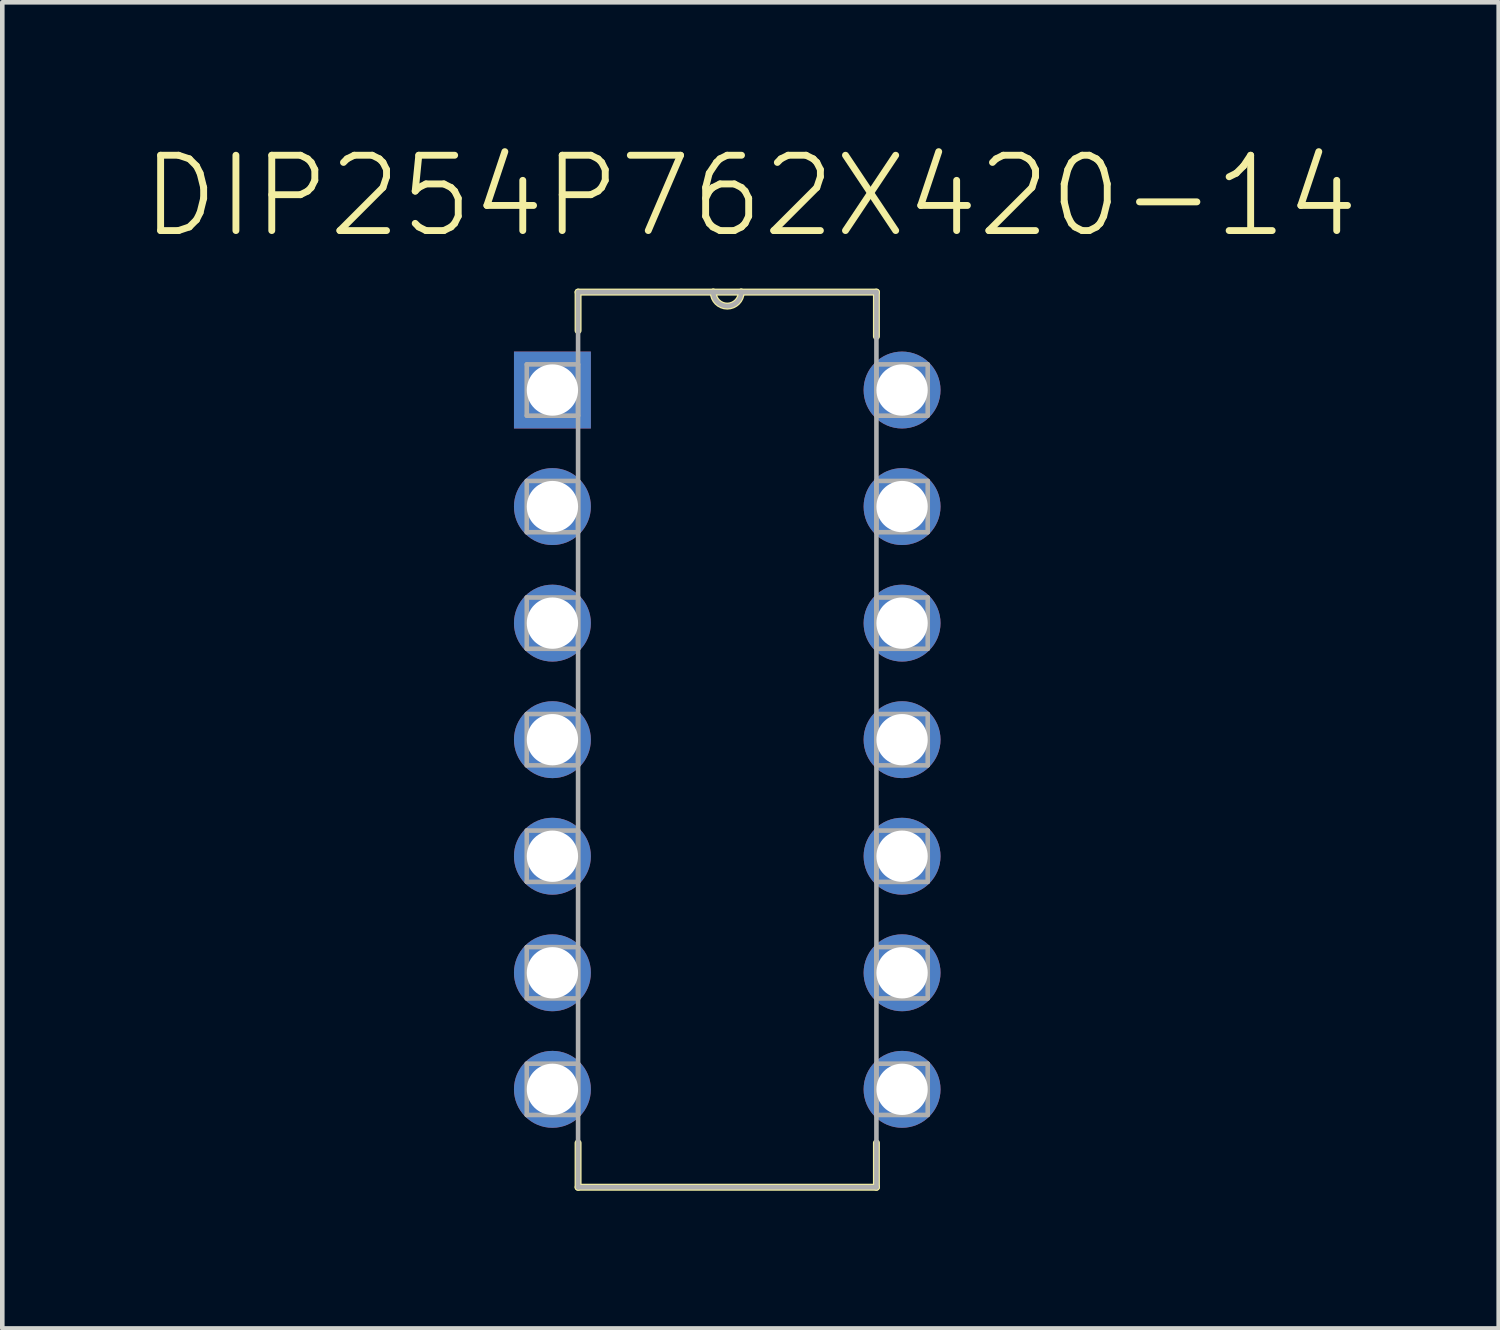
<source format=kicad_pcb>
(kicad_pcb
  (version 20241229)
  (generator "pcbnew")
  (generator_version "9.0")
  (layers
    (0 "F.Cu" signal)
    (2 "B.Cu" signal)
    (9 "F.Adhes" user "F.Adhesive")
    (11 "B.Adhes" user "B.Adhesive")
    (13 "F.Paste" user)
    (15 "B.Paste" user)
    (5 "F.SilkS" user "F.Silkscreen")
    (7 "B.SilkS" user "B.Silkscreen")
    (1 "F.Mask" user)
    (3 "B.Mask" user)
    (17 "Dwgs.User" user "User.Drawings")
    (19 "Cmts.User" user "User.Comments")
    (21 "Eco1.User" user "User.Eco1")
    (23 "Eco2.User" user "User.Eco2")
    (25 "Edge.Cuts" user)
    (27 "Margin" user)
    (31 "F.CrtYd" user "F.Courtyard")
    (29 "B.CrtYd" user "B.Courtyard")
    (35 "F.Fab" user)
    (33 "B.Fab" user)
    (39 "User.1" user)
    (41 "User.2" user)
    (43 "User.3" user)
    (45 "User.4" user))
  (footprint "DIP254P762X420-14"
    (layer "F.Cu")
    (at 16.609 20.69)
    (property "Reference" "DIP254P762X420-14" (at -3.304 -19.467 0) (layer "F.SilkS") (effects (font (size 1.641 1.641) (thickness 0.15))))
    (attr through_hole)
    (fp_line (start -7.061 -17.374) (end -7.061 -16.535) (stroke (width 0.152) (type solid)) (layer "F.SilkS"))
    (fp_line (start -7.061 1.168) (end -7.061 2.134) (stroke (width 0.152) (type solid)) (layer "F.SilkS"))
    (fp_line (start -7.061 2.134) (end -0.559 2.134) (stroke (width 0.152) (type solid)) (layer "F.SilkS"))
    (fp_line (start -4.115 -17.374) (end -7.061 -17.374) (stroke (width 0.152) (type solid)) (layer "F.SilkS"))
    (fp_line (start -3.505 -17.374) (end -4.115 -17.374) (stroke (width 0.152) (type solid)) (layer "F.SilkS"))
    (fp_line (start -0.559 -17.374) (end -3.505 -17.374) (stroke (width 0.152) (type solid)) (layer "F.SilkS"))
    (fp_line (start -0.559 -16.408) (end -0.559 -17.374) (stroke (width 0.152) (type solid)) (layer "F.SilkS"))
    (fp_line (start -0.559 2.134) (end -0.559 1.168) (stroke (width 0.152) (type solid)) (layer "F.SilkS"))
    (fp_arc (start -3.5052 -17.3736) (mid -3.81 -17.0688) (end -4.1148 -17.3736) (stroke (width 0.1524) (type solid)) (layer "F.SilkS"))
    (fp_line (start -8.179 -15.799) (end -8.179 -14.681) (stroke (width 0.1) (type solid)) (layer "F.Fab"))
    (fp_line (start -8.179 -14.681) (end -7.061 -14.681) (stroke (width 0.1) (type solid)) (layer "F.Fab"))
    (fp_line (start -8.179 -13.259) (end -8.179 -12.141) (stroke (width 0.1) (type solid)) (layer "F.Fab"))
    (fp_line (start -8.179 -12.141) (end -7.061 -12.141) (stroke (width 0.1) (type solid)) (layer "F.Fab"))
    (fp_line (start -8.179 -10.719) (end -8.179 -9.601) (stroke (width 0.1) (type solid)) (layer "F.Fab"))
    (fp_line (start -8.179 -9.601) (end -7.061 -9.601) (stroke (width 0.1) (type solid)) (layer "F.Fab"))
    (fp_line (start -8.179 -8.179) (end -8.179 -7.061) (stroke (width 0.1) (type solid)) (layer "F.Fab"))
    (fp_line (start -8.179 -7.061) (end -7.061 -7.061) (stroke (width 0.1) (type solid)) (layer "F.Fab"))
    (fp_line (start -8.179 -5.639) (end -8.179 -4.521) (stroke (width 0.1) (type solid)) (layer "F.Fab"))
    (fp_line (start -8.179 -4.521) (end -7.061 -4.521) (stroke (width 0.1) (type solid)) (layer "F.Fab"))
    (fp_line (start -8.179 -3.099) (end -8.179 -1.981) (stroke (width 0.1) (type solid)) (layer "F.Fab"))
    (fp_line (start -8.179 -1.981) (end -7.061 -1.981) (stroke (width 0.1) (type solid)) (layer "F.Fab"))
    (fp_line (start -8.179 -0.559) (end -8.179 0.559) (stroke (width 0.1) (type solid)) (layer "F.Fab"))
    (fp_line (start -8.179 0.559) (end -7.061 0.559) (stroke (width 0.1) (type solid)) (layer "F.Fab"))
    (fp_line (start -7.061 -17.374) (end -7.061 2.134) (stroke (width 0.1) (type solid)) (layer "F.Fab"))
    (fp_line (start -7.061 -15.799) (end -8.179 -15.799) (stroke (width 0.1) (type solid)) (layer "F.Fab"))
    (fp_line (start -7.061 -14.681) (end -7.061 -15.799) (stroke (width 0.1) (type solid)) (layer "F.Fab"))
    (fp_line (start -7.061 -13.259) (end -8.179 -13.259) (stroke (width 0.1) (type solid)) (layer "F.Fab"))
    (fp_line (start -7.061 -12.141) (end -7.061 -13.259) (stroke (width 0.1) (type solid)) (layer "F.Fab"))
    (fp_line (start -7.061 -10.719) (end -8.179 -10.719) (stroke (width 0.1) (type solid)) (layer "F.Fab"))
    (fp_line (start -7.061 -9.601) (end -7.061 -10.719) (stroke (width 0.1) (type solid)) (layer "F.Fab"))
    (fp_line (start -7.061 -8.179) (end -8.179 -8.179) (stroke (width 0.1) (type solid)) (layer "F.Fab"))
    (fp_line (start -7.061 -7.061) (end -7.061 -8.179) (stroke (width 0.1) (type solid)) (layer "F.Fab"))
    (fp_line (start -7.061 -5.639) (end -8.179 -5.639) (stroke (width 0.1) (type solid)) (layer "F.Fab"))
    (fp_line (start -7.061 -4.521) (end -7.061 -5.639) (stroke (width 0.1) (type solid)) (layer "F.Fab"))
    (fp_line (start -7.061 -3.099) (end -8.179 -3.099) (stroke (width 0.1) (type solid)) (layer "F.Fab"))
    (fp_line (start -7.061 -1.981) (end -7.061 -3.099) (stroke (width 0.1) (type solid)) (layer "F.Fab"))
    (fp_line (start -7.061 -0.559) (end -8.179 -0.559) (stroke (width 0.1) (type solid)) (layer "F.Fab"))
    (fp_line (start -7.061 0.559) (end -7.061 -0.559) (stroke (width 0.1) (type solid)) (layer "F.Fab"))
    (fp_line (start -7.061 2.134) (end -0.559 2.134) (stroke (width 0.1) (type solid)) (layer "F.Fab"))
    (fp_line (start -4.115 -17.374) (end -7.061 -17.374) (stroke (width 0.1) (type solid)) (layer "F.Fab"))
    (fp_line (start -3.505 -17.374) (end -4.115 -17.374) (stroke (width 0.1) (type solid)) (layer "F.Fab"))
    (fp_line (start -0.559 -17.374) (end -3.505 -17.374) (stroke (width 0.1) (type solid)) (layer "F.Fab"))
    (fp_line (start -0.559 -15.799) (end -0.559 -14.681) (stroke (width 0.1) (type solid)) (layer "F.Fab"))
    (fp_line (start -0.559 -14.681) (end 0.559 -14.681) (stroke (width 0.1) (type solid)) (layer "F.Fab"))
    (fp_line (start -0.559 -13.259) (end -0.559 -12.141) (stroke (width 0.1) (type solid)) (layer "F.Fab"))
    (fp_line (start -0.559 -12.141) (end 0.559 -12.141) (stroke (width 0.1) (type solid)) (layer "F.Fab"))
    (fp_line (start -0.559 -10.719) (end -0.559 -9.601) (stroke (width 0.1) (type solid)) (layer "F.Fab"))
    (fp_line (start -0.559 -9.601) (end 0.559 -9.601) (stroke (width 0.1) (type solid)) (layer "F.Fab"))
    (fp_line (start -0.559 -8.179) (end -0.559 -7.061) (stroke (width 0.1) (type solid)) (layer "F.Fab"))
    (fp_line (start -0.559 -7.061) (end 0.559 -7.061) (stroke (width 0.1) (type solid)) (layer "F.Fab"))
    (fp_line (start -0.559 -5.639) (end -0.559 -4.521) (stroke (width 0.1) (type solid)) (layer "F.Fab"))
    (fp_line (start -0.559 -4.521) (end 0.559 -4.521) (stroke (width 0.1) (type solid)) (layer "F.Fab"))
    (fp_line (start -0.559 -3.099) (end -0.559 -1.981) (stroke (width 0.1) (type solid)) (layer "F.Fab"))
    (fp_line (start -0.559 -1.981) (end 0.559 -1.981) (stroke (width 0.1) (type solid)) (layer "F.Fab"))
    (fp_line (start -0.559 -0.559) (end -0.559 0.559) (stroke (width 0.1) (type solid)) (layer "F.Fab"))
    (fp_line (start -0.559 0.559) (end 0.559 0.559) (stroke (width 0.1) (type solid)) (layer "F.Fab"))
    (fp_line (start -0.559 2.134) (end -0.559 -17.374) (stroke (width 0.1) (type solid)) (layer "F.Fab"))
    (fp_line (start 0.559 -15.799) (end -0.559 -15.799) (stroke (width 0.1) (type solid)) (layer "F.Fab"))
    (fp_line (start 0.559 -14.681) (end 0.559 -15.799) (stroke (width 0.1) (type solid)) (layer "F.Fab"))
    (fp_line (start 0.559 -13.259) (end -0.559 -13.259) (stroke (width 0.1) (type solid)) (layer "F.Fab"))
    (fp_line (start 0.559 -12.141) (end 0.559 -13.259) (stroke (width 0.1) (type solid)) (layer "F.Fab"))
    (fp_line (start 0.559 -10.719) (end -0.559 -10.719) (stroke (width 0.1) (type solid)) (layer "F.Fab"))
    (fp_line (start 0.559 -9.601) (end 0.559 -10.719) (stroke (width 0.1) (type solid)) (layer "F.Fab"))
    (fp_line (start 0.559 -8.179) (end -0.559 -8.179) (stroke (width 0.1) (type solid)) (layer "F.Fab"))
    (fp_line (start 0.559 -7.061) (end 0.559 -8.179) (stroke (width 0.1) (type solid)) (layer "F.Fab"))
    (fp_line (start 0.559 -5.639) (end -0.559 -5.639) (stroke (width 0.1) (type solid)) (layer "F.Fab"))
    (fp_line (start 0.559 -4.521) (end 0.559 -5.639) (stroke (width 0.1) (type solid)) (layer "F.Fab"))
    (fp_line (start 0.559 -3.099) (end -0.559 -3.099) (stroke (width 0.1) (type solid)) (layer "F.Fab"))
    (fp_line (start 0.559 -1.981) (end 0.559 -3.099) (stroke (width 0.1) (type solid)) (layer "F.Fab"))
    (fp_line (start 0.559 -0.559) (end -0.559 -0.559) (stroke (width 0.1) (type solid)) (layer "F.Fab"))
    (fp_line (start 0.559 0.559) (end 0.559 -0.559) (stroke (width 0.1) (type solid)) (layer "F.Fab"))
    (fp_arc (start -3.5052 -17.3736) (mid -3.81 -17.0688) (end -4.1148 -17.3736) (stroke (width 0.1) (type solid)) (layer "F.Fab"))
    (pad "1" thru_hole rect (at -7.62 -15.24) (size 1.676 1.676) (drill 1.118) (layers "*.Cu" "*.Mask"))
    (pad "2" thru_hole circle (at -7.62 -12.7) (size 1.676 1.676) (drill 1.118) (layers "*.Cu" "*.Mask"))
    (pad "3" thru_hole circle (at -7.62 -10.16) (size 1.676 1.676) (drill 1.118) (layers "*.Cu" "*.Mask"))
    (pad "4" thru_hole circle (at -7.62 -7.62) (size 1.676 1.676) (drill 1.118) (layers "*.Cu" "*.Mask"))
    (pad "5" thru_hole circle (at -7.62 -5.08) (size 1.676 1.676) (drill 1.118) (layers "*.Cu" "*.Mask"))
    (pad "6" thru_hole circle (at -7.62 -2.54) (size 1.676 1.676) (drill 1.118) (layers "*.Cu" "*.Mask"))
    (pad "7" thru_hole circle (at -7.62 0) (size 1.676 1.676) (drill 1.118) (layers "*.Cu" "*.Mask"))
    (pad "8" thru_hole circle (at 0 0) (size 1.676 1.676) (drill 1.118) (layers "*.Cu" "*.Mask"))
    (pad "9" thru_hole circle (at 0 -2.54) (size 1.676 1.676) (drill 1.118) (layers "*.Cu" "*.Mask"))
    (pad "10" thru_hole circle (at 0 -5.08) (size 1.676 1.676) (drill 1.118) (layers "*.Cu" "*.Mask"))
    (pad "11" thru_hole circle (at 0 -7.62) (size 1.676 1.676) (drill 1.118) (layers "*.Cu" "*.Mask"))
    (pad "12" thru_hole circle (at 0 -10.16) (size 1.676 1.676) (drill 1.118) (layers "*.Cu" "*.Mask"))
    (pad "13" thru_hole circle (at 0 -12.7) (size 1.676 1.676) (drill 1.118) (layers "*.Cu" "*.Mask"))
    (pad "14" thru_hole circle (at 0 -15.24) (size 1.676 1.676) (drill 1.118) (layers "*.Cu" "*.Mask")))
  (gr_rect
    (start -3 -3)
    (end 29.611 25.9)
    (stroke (width 0.1) (type default))
    (fill no)
    (layer "Edge.Cuts")))
</source>
